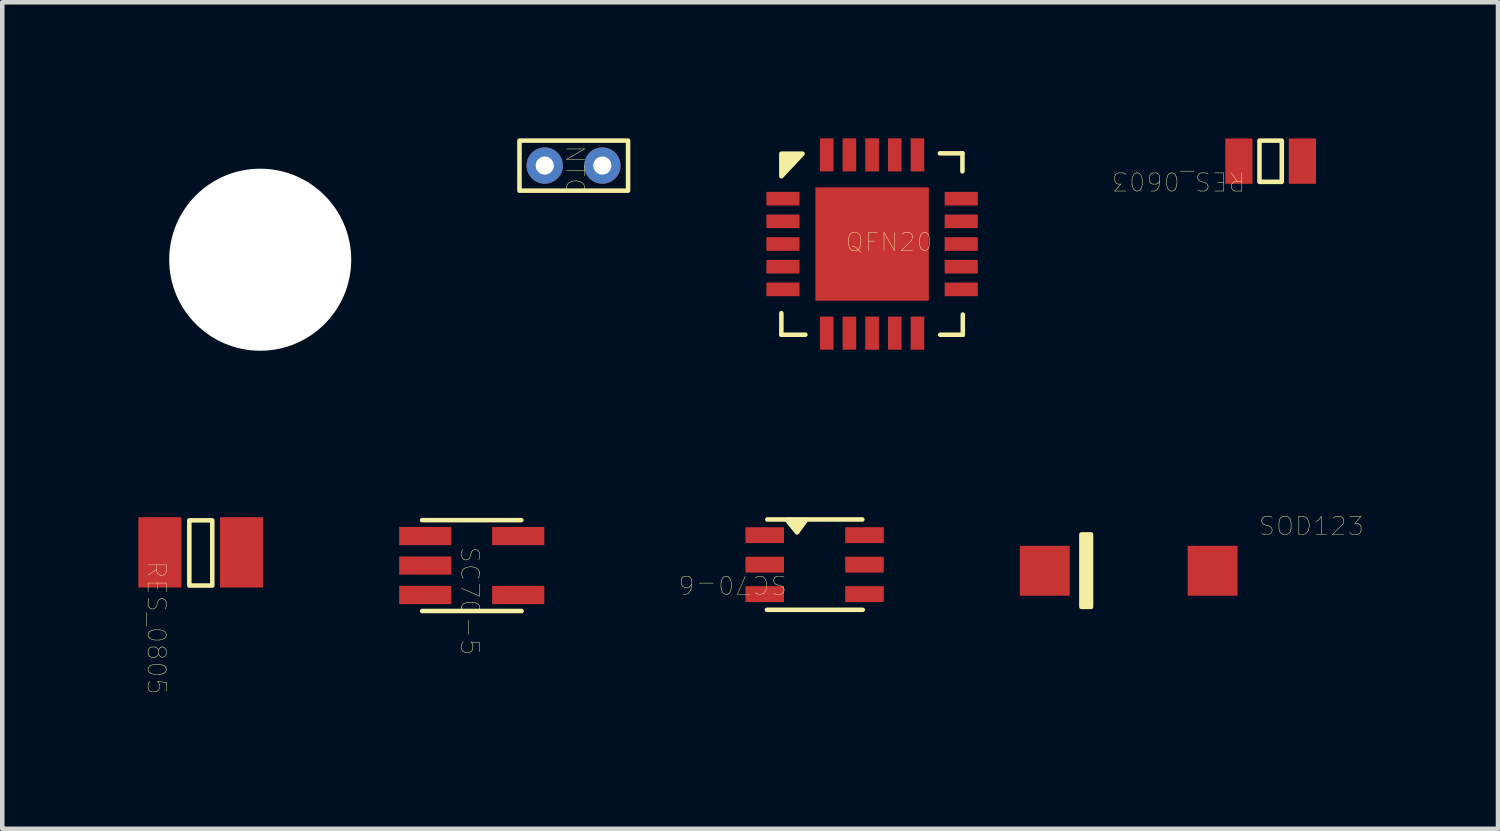
<source format=kicad_pcb>
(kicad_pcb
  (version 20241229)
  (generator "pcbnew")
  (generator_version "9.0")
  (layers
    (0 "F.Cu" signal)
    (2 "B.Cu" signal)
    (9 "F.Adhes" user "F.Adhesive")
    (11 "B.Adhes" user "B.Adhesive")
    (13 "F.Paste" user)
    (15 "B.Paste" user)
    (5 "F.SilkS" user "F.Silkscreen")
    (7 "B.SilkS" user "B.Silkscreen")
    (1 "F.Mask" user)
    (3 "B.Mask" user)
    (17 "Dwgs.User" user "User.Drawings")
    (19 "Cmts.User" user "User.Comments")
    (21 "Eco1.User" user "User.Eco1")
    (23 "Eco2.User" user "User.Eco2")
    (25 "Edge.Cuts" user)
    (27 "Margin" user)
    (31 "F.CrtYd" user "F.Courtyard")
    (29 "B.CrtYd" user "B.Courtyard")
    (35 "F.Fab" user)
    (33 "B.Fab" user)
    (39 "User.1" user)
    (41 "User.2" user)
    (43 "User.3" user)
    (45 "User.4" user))
  (footprint "SOD123"
    (layer "F.Cu")
    (at 21.835 9.534)
    (property "Reference" "SOD123" (at 2.849 -0.751 0) (unlocked yes) (layer "F.SilkS") (effects (font (size 0.4 0.4) (thickness 0.01)) (justify left bottom)))
    (fp_rect (start -1.043 -0.802) (end -0.831 0.795) (stroke (width 0.1) (type solid)) (fill yes) (layer "F.SilkS"))
    (fp_line (start -1.925 -0.85) (end 1.925 -0.85) (stroke (width 0.05) (type solid)) (layer "User.6"))
    (fp_line (start -1.925 0.85) (end -1.925 -0.85) (stroke (width 0.05) (type solid)) (layer "User.6"))
    (fp_line (start -1.925 0.85) (end 1.925 0.85) (stroke (width 0.05) (type solid)) (layer "User.6"))
    (fp_line (start 1.925 -0.85) (end 1.925 -0.85) (stroke (width 0.05) (type solid)) (layer "User.6"))
    (fp_line (start 1.925 0.85) (end 1.925 -0.85) (stroke (width 0.05) (type solid)) (layer "User.6"))
    (fp_poly (pts (xy -1.35 0) (xy -0.5 -0.85) (xy -0.5 0.85)) (stroke (width 0.1) (type default)) (fill no) (layer "User.6"))
    (fp_poly (pts (xy -1.65 -0.85) (xy -1.65 0.85) (xy -1.35 0.85) (xy -1.35 -0.85)) (stroke (width 0.1) (type default)) (fill no) (layer "User.6"))
    (pad "1" smd rect (at -1.85 0 180) (size 1.1 1.1) (layers "F.Cu" "F.Mask" "F.Paste"))
    (pad "2" smd rect (at 1.85 0 180) (size 1.1 1.1) (layers "F.Cu" "F.Mask" "F.Paste")))
  (footprint "RES_0805"
    (layer "F.Cu")
    (at 1.375 9.128)
    (property "Reference" "RES_0805" (at -1.209 0.174 270) (unlocked yes) (layer "F.SilkS") (effects (font (size 0.4 0.4) (thickness 0.01)) (justify left bottom)))
    (fp_rect (start -0.251 -0.706) (end 0.255 0.731) (stroke (width 0.1) (type default)) (fill no) (layer "F.SilkS"))
    (pad "1" smd rect (at -0.9 0 180) (size 0.95 1.55) (layers "F.Cu" "F.Mask" "F.Paste"))
    (pad "2" smd rect (at 0.9 0 180) (size 0.95 1.55) (layers "F.Cu" "F.Mask" "F.Paste")))
  (footprint "QFN20"
    (layer "F.Cu")
    (at 16.177 2.33)
    (property "Reference" "QFN20" (at -0.601 0.194 0) (unlocked yes) (layer "F.SilkS") (effects (font (size 0.4 0.4) (thickness 0.01)) (justify left bottom)))
    (fp_line (start -2 1.525) (end -2 2) (stroke (width 0.1) (type default)) (layer "F.SilkS"))
    (fp_line (start -2 2) (end -1.471 2) (stroke (width 0.1) (type default)) (layer "F.SilkS"))
    (fp_line (start 1.494 -2) (end 1.992 -2) (stroke (width 0.1) (type default)) (layer "F.SilkS"))
    (fp_line (start 1.502 2) (end 2 2) (stroke (width 0.1) (type default)) (layer "F.SilkS"))
    (fp_line (start 1.992 -2) (end 1.992 -1.602) (stroke (width 0.1) (type default)) (layer "F.SilkS"))
    (fp_line (start 2 2) (end 2 1.556) (stroke (width 0.1) (type default)) (layer "F.SilkS"))
    (fp_poly (pts (xy -2 -1.992) (xy -1.533 -1.992) (xy -2 -1.494)) (stroke (width 0.1) (type solid)) (fill yes) (layer "F.SilkS"))
    (fp_line (start -2 -2) (end 2 -2) (stroke (width 0.05) (type solid)) (layer "User.5"))
    (fp_line (start -2 2) (end -2 -2) (stroke (width 0.05) (type solid)) (layer "User.5"))
    (fp_line (start -2 2) (end 2 2) (stroke (width 0.05) (type solid)) (layer "User.5"))
    (fp_line (start 2 2) (end 2 -2) (stroke (width 0.05) (type solid)) (layer "User.5"))
    (fp_circle (center -1.55 -1.55) (end -1.55 -1.65) (stroke (width 0.2) (type solid)) (fill no) (layer "User.5"))
    (fp_text user "1" (at -2.276 -1.33 0) (unlocked yes) (layer "User.5") (effects (font (face "Arial") (size 0.315 0.315) (thickness 0.1)) (justify left bottom)))
    (pad "1" smd rect (at -1.965 -1) (size 0.73 0.3) (layers "F.Cu" "F.Mask" "F.Paste"))
    (pad "2" smd rect (at -1.965 -0.5) (size 0.73 0.3) (layers "F.Cu" "F.Mask" "F.Paste"))
    (pad "3" smd rect (at -1.965 0) (size 0.73 0.3) (layers "F.Cu" "F.Mask" "F.Paste"))
    (pad "4" smd rect (at -1.965 0.5) (size 0.73 0.3) (layers "F.Cu" "F.Mask" "F.Paste"))
    (pad "5" smd rect (at -1.965 1) (size 0.73 0.3) (layers "F.Cu" "F.Mask" "F.Paste"))
    (pad "6" smd rect (at -1 1.965 90) (size 0.73 0.3) (layers "F.Cu" "F.Mask" "F.Paste"))
    (pad "7" smd rect (at -0.5 1.965 90) (size 0.73 0.3) (layers "F.Cu" "F.Mask" "F.Paste"))
    (pad "8" smd rect (at 0 1.965 90) (size 0.73 0.3) (layers "F.Cu" "F.Mask" "F.Paste"))
    (pad "9" smd rect (at 0.5 1.965 90) (size 0.73 0.3) (layers "F.Cu" "F.Mask" "F.Paste"))
    (pad "10" smd rect (at 1 1.965 90) (size 0.73 0.3) (layers "F.Cu" "F.Mask" "F.Paste"))
    (pad "11" smd rect (at 1.965 1) (size 0.73 0.3) (layers "F.Cu" "F.Mask" "F.Paste"))
    (pad "12" smd rect (at 1.965 0.5) (size 0.73 0.3) (layers "F.Cu" "F.Mask" "F.Paste"))
    (pad "13" smd rect (at 1.965 0) (size 0.73 0.3) (layers "F.Cu" "F.Mask" "F.Paste"))
    (pad "14" smd rect (at 1.965 -0.5) (size 0.73 0.3) (layers "F.Cu" "F.Mask" "F.Paste"))
    (pad "15" smd rect (at 1.965 -1) (size 0.73 0.3) (layers "F.Cu" "F.Mask" "F.Paste"))
    (pad "16" smd rect (at 1 -1.965 90) (size 0.73 0.3) (layers "F.Cu" "F.Mask" "F.Paste"))
    (pad "17" smd rect (at 0.5 -1.965 90) (size 0.73 0.3) (layers "F.Cu" "F.Mask" "F.Paste"))
    (pad "18" smd rect (at 0 -1.965 90) (size 0.73 0.3) (layers "F.Cu" "F.Mask" "F.Paste"))
    (pad "19" smd rect (at -0.5 -1.965 90) (size 0.73 0.3) (layers "F.Cu" "F.Mask" "F.Paste"))
    (pad "20" smd rect (at -1 -1.965 90) (size 0.73 0.3) (layers "F.Cu" "F.Mask" "F.Paste"))
    (pad "21" smd rect (at 0 0 90) (size 2.5 2.5) (layers "F.Cu" "F.Mask" "F.Paste")))
  (footprint "NTC"
    (layer "F.Cu")
    (at 8.96 0.6)
    (property "Reference" "NTC" (at 0.431 -0.468 270) (unlocked yes) (layer "F.SilkS") (effects (font (size 0.4 0.4) (thickness 0.01)) (justify left bottom)))
    (fp_rect (start -0.557 -0.55) (end 1.837 0.554) (stroke (width 0.1) (type default)) (fill no) (layer "F.SilkS"))
    (pad "1" thru_hole circle (at 0 0) (size 0.8 0.8) (drill 0.4) (layers "*.Cu" "*.Mask"))
    (pad "2" thru_hole circle (at 1.27 0) (size 0.8 0.8) (drill 0.4) (layers "*.Cu" "*.Mask")))
  (footprint "SC70-6"
    (layer "F.Cu")
    (at 14.91 9.399)
    (property "Reference" "SC70-6" (at -0.591 0.205 180) (unlocked yes) (layer "F.SilkS") (effects (font (size 0.4 0.4) (thickness 0.01)) (justify left bottom)))
    (fp_line (start -1.052 0.996) (end 1.061 0.996) (stroke (width 0.1) (type default)) (layer "F.SilkS"))
    (fp_line (start -1.043 -0.996) (end 1.052 -0.996) (stroke (width 0.1) (type default)) (layer "F.SilkS"))
    (fp_poly (pts (xy -0.614 -0.989) (xy -0.387 -0.711) (xy -0.188 -0.986)) (stroke (width 0.1) (type solid)) (fill yes) (layer "F.SilkS"))
    (fp_line (start -1.05 1) (end -1.05 -1) (stroke (width 0.05) (type solid)) (layer "User.6"))
    (fp_line (start -0.2 -1) (end -1.05 -1) (stroke (width 0.05) (type solid)) (layer "User.6"))
    (fp_line (start -0.2 -1) (end -0.2 -1) (stroke (width 0.05) (type solid)) (layer "User.6"))
    (fp_line (start 0.2 -1) (end 0.2 -1) (stroke (width 0.05) (type solid)) (layer "User.6"))
    (fp_line (start 1.05 -1) (end 0.2 -1) (stroke (width 0.05) (type solid)) (layer "User.6"))
    (fp_line (start 1.05 1) (end -1.05 1) (stroke (width 0.05) (type solid)) (layer "User.6"))
    (fp_line (start 1.05 1) (end 1.05 -1) (stroke (width 0.05) (type solid)) (layer "User.6"))
    (fp_arc (start 0.2 -1.00003) (mid 0.00018 -0.80021) (end -0.19964 -1.00003) (stroke (width 0.05) (type solid)) (layer "User.6"))
    (fp_text user "1" (at -1.8 -0.5 180) (unlocked yes) (layer "User.6") (effects (font (face "Arial") (size 0.315 0.315) (thickness 0.1)) (justify left bottom mirror)))
    (pad "1" smd rect (at -1.1 -0.65 180) (size 0.85 0.35) (layers "F.Cu" "F.Mask" "F.Paste"))
    (pad "2" smd rect (at -1.1 0 180) (size 0.85 0.35) (layers "F.Cu" "F.Mask" "F.Paste"))
    (pad "3" smd rect (at -1.1 0.65 180) (size 0.85 0.35) (layers "F.Cu" "F.Mask" "F.Paste"))
    (pad "4" smd rect (at 1.1 0.65 180) (size 0.85 0.35) (layers "F.Cu" "F.Mask" "F.Paste"))
    (pad "5" smd rect (at 1.1 -0.00005 180) (size 0.85 0.35) (layers "F.Cu" "F.Mask" "F.Paste"))
    (pad "6" smd rect (at 1.1 -0.65 180) (size 0.85 0.35) (layers "F.Cu" "F.Mask" "F.Paste")))
  (footprint "MIRE"
    (layer "F.Cu")
    (at 2.687 2.676)
    (property "Reference" "MIRE" (at -0.165 0.096 0) (unlocked yes) (layer "F.SilkS") (effects (font (size 0.2 0.2) (thickness 0.01)) (justify left bottom)))
    (attr exclude_from_bom)
    (fp_circle (center -0.01 0) (end -0.01 -2.575) (stroke (width 0.203) (type solid)) (fill no) (layer "F.Mask"))
    (fp_circle (center -0.01 0) (end -0.01 -2.575) (stroke (width 0.203) (type solid)) (fill no) (layer "B.Mask"))
    (pad "" np_thru_hole circle (at 0 0) (size 4.013 4.013) (drill 4.013) (layers "*.Cu" "*.Mask")))
  (footprint "RES_0603"
    (layer "F.Cu")
    (at 24.964 0.503)
    (property "Reference" "RES_0603" (at -0.536 0.209 180) (unlocked yes) (layer "F.SilkS") (effects (font (size 0.4 0.4) (thickness 0.01)) (justify left bottom)))
    (fp_rect (start -0.246 -0.453) (end 0.246 0.456) (stroke (width 0.1) (type default)) (fill no) (layer "F.SilkS"))
    (pad "1" smd rect (at -0.7 0 180) (size 0.6 1) (layers "F.Cu" "F.Mask" "F.Paste"))
    (pad "2" smd rect (at 0.7 0 180) (size 0.6 1) (layers "F.Cu" "F.Mask" "F.Paste")))
  (footprint "SC70-5"
    (layer "F.Cu")
    (at 7.35 9.419)
    (property "Reference" "SC70-5" (at -0.273 -0.436 270) (unlocked yes) (layer "F.SilkS") (effects (font (size 0.4 0.4) (thickness 0.01)) (justify left bottom)))
    (fp_line (start -1.094 -1.002) (end 1.094 -1.002) (stroke (width 0.1) (type default)) (layer "F.SilkS"))
    (fp_line (start -1.094 1.002) (end 1.099 1.002) (stroke (width 0.1) (type default)) (layer "F.SilkS"))
    (fp_line (start -1.1 1) (end -1.1 -1) (stroke (width 0.05) (type solid)) (layer "User.5"))
    (fp_line (start -0.2 -1) (end -1.1 -1) (stroke (width 0.05) (type solid)) (layer "User.5"))
    (fp_line (start -0.2 -1) (end -0.2 -1) (stroke (width 0.05) (type solid)) (layer "User.5"))
    (fp_line (start 0.2 -1) (end 0.2 -1) (stroke (width 0.05) (type solid)) (layer "User.5"))
    (fp_line (start 1.1 -1) (end 0.2 -1) (stroke (width 0.05) (type solid)) (layer "User.5"))
    (fp_line (start 1.1 1) (end -1.1 1) (stroke (width 0.05) (type solid)) (layer "User.5"))
    (fp_line (start 1.1 1) (end 1.1 -1) (stroke (width 0.05) (type solid)) (layer "User.5"))
    (fp_arc (start 0.2 -1.00003) (mid 0.00018 -0.80021) (end -0.19964 -1.00003) (stroke (width 0.05) (type solid)) (layer "User.5"))
    (fp_text user "1" (at -1.34 -0.638 0) (unlocked yes) (layer "User.5") (effects (font (face "Arial") (size 0.315 0.315) (thickness 0.1)) (justify left bottom)))
    (pad "1" smd rect (at -1.025 -0.65) (size 1.15 0.4) (layers "F.Cu" "F.Mask" "F.Paste"))
    (pad "2" smd rect (at -1.025 0) (size 1.15 0.4) (layers "F.Cu" "F.Mask" "F.Paste"))
    (pad "3" smd rect (at -1.025 0.65) (size 1.15 0.4) (layers "F.Cu" "F.Mask" "F.Paste"))
    (pad "4" smd rect (at 1.025 0.65) (size 1.15 0.4) (layers "F.Cu" "F.Mask" "F.Paste"))
    (pad "5" smd rect (at 1.025 -0.65) (size 1.15 0.4) (layers "F.Cu" "F.Mask" "F.Paste")))
  (gr_rect
    (start -3 -3)
    (end 29.977 15.223)
    (stroke (width 0.1) (type default))
    (fill no)
    (layer "Edge.Cuts")))
</source>
